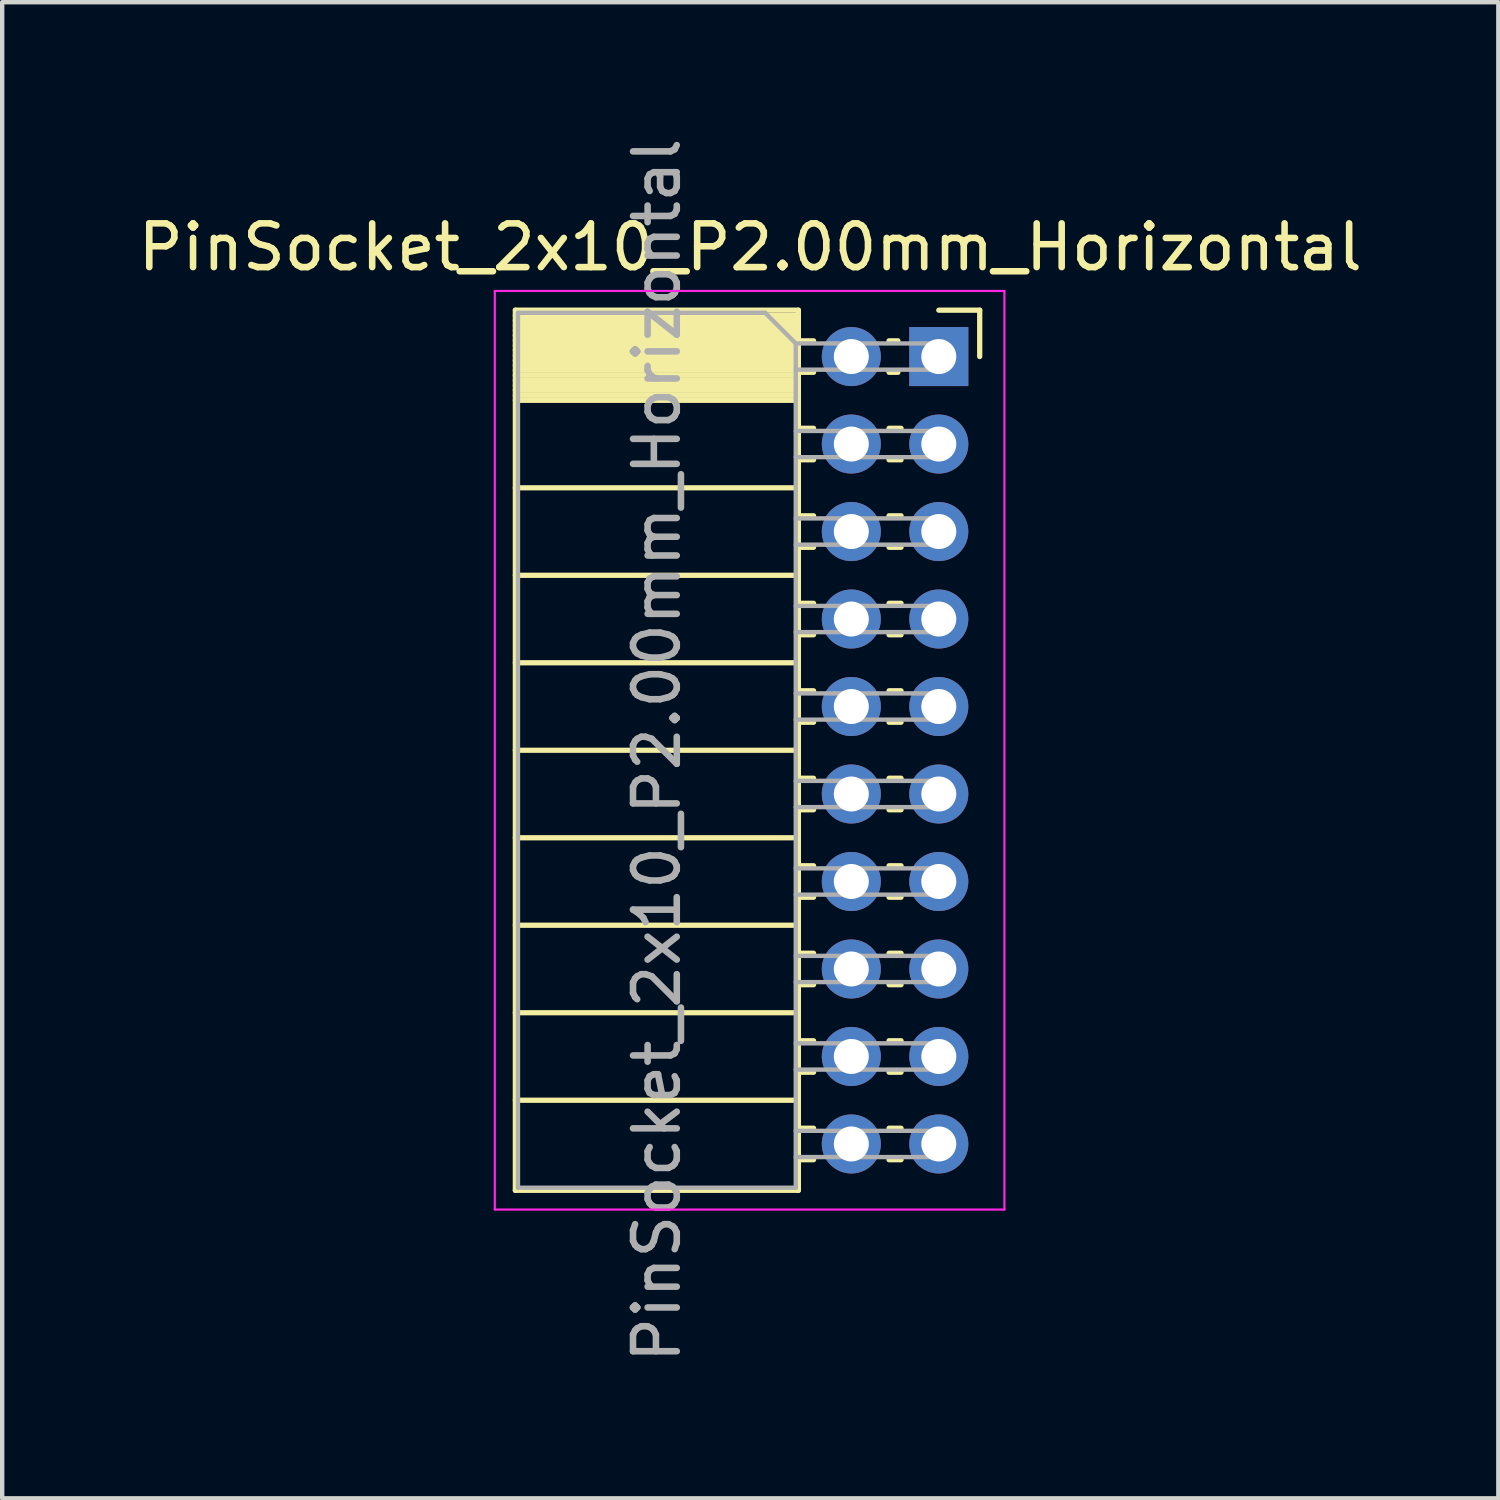
<source format=kicad_pcb>
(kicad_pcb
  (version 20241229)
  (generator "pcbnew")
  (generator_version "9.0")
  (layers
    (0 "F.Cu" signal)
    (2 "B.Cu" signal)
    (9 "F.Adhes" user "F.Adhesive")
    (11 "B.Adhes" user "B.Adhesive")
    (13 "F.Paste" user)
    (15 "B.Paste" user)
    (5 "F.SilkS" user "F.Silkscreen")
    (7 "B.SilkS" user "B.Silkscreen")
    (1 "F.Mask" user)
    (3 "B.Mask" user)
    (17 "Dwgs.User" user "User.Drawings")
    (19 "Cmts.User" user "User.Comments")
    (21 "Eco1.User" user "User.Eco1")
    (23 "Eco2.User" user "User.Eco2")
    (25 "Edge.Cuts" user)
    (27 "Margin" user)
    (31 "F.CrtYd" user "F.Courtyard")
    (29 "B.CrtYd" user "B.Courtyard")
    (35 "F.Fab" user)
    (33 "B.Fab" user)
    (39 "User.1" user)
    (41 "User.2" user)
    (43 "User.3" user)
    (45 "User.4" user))
  (footprint "PinSocket_2x10_P2.00mm_Horizontal"
    (layer "F.Cu")
    (at 18.411 5.101)
    (property "Reference" "PinSocket_2x10_P2.00mm_Horizontal" (at -4.31 -2.5 0) (layer "F.SilkS") (effects (font (size 1 1) (thickness 0.15))))
    (attr through_hole)
    (fp_line (start -9.68 -1.06) (end -9.68 19.06) (stroke (width 0.12) (type solid)) (layer "F.SilkS"))
    (fp_line (start -9.68 -1.06) (end -3.21 -1.06) (stroke (width 0.12) (type solid)) (layer "F.SilkS"))
    (fp_line (start -9.68 -0.94) (end -3.21 -0.94) (stroke (width 0.12) (type solid)) (layer "F.SilkS"))
    (fp_line (start -9.68 -0.826) (end -3.21 -0.826) (stroke (width 0.12) (type solid)) (layer "F.SilkS"))
    (fp_line (start -9.68 -0.712) (end -3.21 -0.712) (stroke (width 0.12) (type solid)) (layer "F.SilkS"))
    (fp_line (start -9.68 -0.598) (end -3.21 -0.598) (stroke (width 0.12) (type solid)) (layer "F.SilkS"))
    (fp_line (start -9.68 -0.484) (end -3.21 -0.484) (stroke (width 0.12) (type solid)) (layer "F.SilkS"))
    (fp_line (start -9.68 -0.369) (end -3.21 -0.369) (stroke (width 0.12) (type solid)) (layer "F.SilkS"))
    (fp_line (start -9.68 -0.255) (end -3.21 -0.255) (stroke (width 0.12) (type solid)) (layer "F.SilkS"))
    (fp_line (start -9.68 -0.141) (end -3.21 -0.141) (stroke (width 0.12) (type solid)) (layer "F.SilkS"))
    (fp_line (start -9.68 -0.027) (end -3.21 -0.027) (stroke (width 0.12) (type solid)) (layer "F.SilkS"))
    (fp_line (start -9.68 0.087) (end -3.21 0.087) (stroke (width 0.12) (type solid)) (layer "F.SilkS"))
    (fp_line (start -9.68 0.201) (end -3.21 0.201) (stroke (width 0.12) (type solid)) (layer "F.SilkS"))
    (fp_line (start -9.68 0.315) (end -3.21 0.315) (stroke (width 0.12) (type solid)) (layer "F.SilkS"))
    (fp_line (start -9.68 0.429) (end -3.21 0.429) (stroke (width 0.12) (type solid)) (layer "F.SilkS"))
    (fp_line (start -9.68 0.544) (end -3.21 0.544) (stroke (width 0.12) (type solid)) (layer "F.SilkS"))
    (fp_line (start -9.68 0.658) (end -3.21 0.658) (stroke (width 0.12) (type solid)) (layer "F.SilkS"))
    (fp_line (start -9.68 0.772) (end -3.21 0.772) (stroke (width 0.12) (type solid)) (layer "F.SilkS"))
    (fp_line (start -9.68 0.886) (end -3.21 0.886) (stroke (width 0.12) (type solid)) (layer "F.SilkS"))
    (fp_line (start -9.68 1) (end -3.21 1) (stroke (width 0.12) (type solid)) (layer "F.SilkS"))
    (fp_line (start -9.68 3) (end -3.21 3) (stroke (width 0.12) (type solid)) (layer "F.SilkS"))
    (fp_line (start -9.68 5) (end -3.21 5) (stroke (width 0.12) (type solid)) (layer "F.SilkS"))
    (fp_line (start -9.68 7) (end -3.21 7) (stroke (width 0.12) (type solid)) (layer "F.SilkS"))
    (fp_line (start -9.68 9) (end -3.21 9) (stroke (width 0.12) (type solid)) (layer "F.SilkS"))
    (fp_line (start -9.68 11) (end -3.21 11) (stroke (width 0.12) (type solid)) (layer "F.SilkS"))
    (fp_line (start -9.68 13) (end -3.21 13) (stroke (width 0.12) (type solid)) (layer "F.SilkS"))
    (fp_line (start -9.68 15) (end -3.21 15) (stroke (width 0.12) (type solid)) (layer "F.SilkS"))
    (fp_line (start -9.68 17) (end -3.21 17) (stroke (width 0.12) (type solid)) (layer "F.SilkS"))
    (fp_line (start -9.68 19.06) (end -3.21 19.06) (stroke (width 0.12) (type solid)) (layer "F.SilkS"))
    (fp_line (start -3.21 -1.06) (end -3.21 19.06) (stroke (width 0.12) (type solid)) (layer "F.SilkS"))
    (fp_line (start -3.21 -0.36) (end -2.863 -0.36) (stroke (width 0.12) (type solid)) (layer "F.SilkS"))
    (fp_line (start -3.21 0.36) (end -2.863 0.36) (stroke (width 0.12) (type solid)) (layer "F.SilkS"))
    (fp_line (start -3.21 1.64) (end -2.863 1.64) (stroke (width 0.12) (type solid)) (layer "F.SilkS"))
    (fp_line (start -3.21 2.36) (end -2.863 2.36) (stroke (width 0.12) (type solid)) (layer "F.SilkS"))
    (fp_line (start -3.21 3.64) (end -2.863 3.64) (stroke (width 0.12) (type solid)) (layer "F.SilkS"))
    (fp_line (start -3.21 4.36) (end -2.863 4.36) (stroke (width 0.12) (type solid)) (layer "F.SilkS"))
    (fp_line (start -3.21 5.64) (end -2.863 5.64) (stroke (width 0.12) (type solid)) (layer "F.SilkS"))
    (fp_line (start -3.21 6.36) (end -2.863 6.36) (stroke (width 0.12) (type solid)) (layer "F.SilkS"))
    (fp_line (start -3.21 7.64) (end -2.863 7.64) (stroke (width 0.12) (type solid)) (layer "F.SilkS"))
    (fp_line (start -3.21 8.36) (end -2.863 8.36) (stroke (width 0.12) (type solid)) (layer "F.SilkS"))
    (fp_line (start -3.21 9.64) (end -2.863 9.64) (stroke (width 0.12) (type solid)) (layer "F.SilkS"))
    (fp_line (start -3.21 10.36) (end -2.863 10.36) (stroke (width 0.12) (type solid)) (layer "F.SilkS"))
    (fp_line (start -3.21 11.64) (end -2.863 11.64) (stroke (width 0.12) (type solid)) (layer "F.SilkS"))
    (fp_line (start -3.21 12.36) (end -2.863 12.36) (stroke (width 0.12) (type solid)) (layer "F.SilkS"))
    (fp_line (start -3.21 13.64) (end -2.863 13.64) (stroke (width 0.12) (type solid)) (layer "F.SilkS"))
    (fp_line (start -3.21 14.36) (end -2.863 14.36) (stroke (width 0.12) (type solid)) (layer "F.SilkS"))
    (fp_line (start -3.21 15.64) (end -2.863 15.64) (stroke (width 0.12) (type solid)) (layer "F.SilkS"))
    (fp_line (start -3.21 16.36) (end -2.863 16.36) (stroke (width 0.12) (type solid)) (layer "F.SilkS"))
    (fp_line (start -3.21 17.64) (end -2.863 17.64) (stroke (width 0.12) (type solid)) (layer "F.SilkS"))
    (fp_line (start -3.21 18.36) (end -2.863 18.36) (stroke (width 0.12) (type solid)) (layer "F.SilkS"))
    (fp_line (start -1.137 -0.36) (end -0.935 -0.36) (stroke (width 0.12) (type solid)) (layer "F.SilkS"))
    (fp_line (start -1.137 0.36) (end -0.935 0.36) (stroke (width 0.12) (type solid)) (layer "F.SilkS"))
    (fp_line (start -1.137 1.64) (end -0.863 1.64) (stroke (width 0.12) (type solid)) (layer "F.SilkS"))
    (fp_line (start -1.137 2.36) (end -0.863 2.36) (stroke (width 0.12) (type solid)) (layer "F.SilkS"))
    (fp_line (start -1.137 3.64) (end -0.863 3.64) (stroke (width 0.12) (type solid)) (layer "F.SilkS"))
    (fp_line (start -1.137 4.36) (end -0.863 4.36) (stroke (width 0.12) (type solid)) (layer "F.SilkS"))
    (fp_line (start -1.137 5.64) (end -0.863 5.64) (stroke (width 0.12) (type solid)) (layer "F.SilkS"))
    (fp_line (start -1.137 6.36) (end -0.863 6.36) (stroke (width 0.12) (type solid)) (layer "F.SilkS"))
    (fp_line (start -1.137 7.64) (end -0.863 7.64) (stroke (width 0.12) (type solid)) (layer "F.SilkS"))
    (fp_line (start -1.137 8.36) (end -0.863 8.36) (stroke (width 0.12) (type solid)) (layer "F.SilkS"))
    (fp_line (start -1.137 9.64) (end -0.863 9.64) (stroke (width 0.12) (type solid)) (layer "F.SilkS"))
    (fp_line (start -1.137 10.36) (end -0.863 10.36) (stroke (width 0.12) (type solid)) (layer "F.SilkS"))
    (fp_line (start -1.137 11.64) (end -0.863 11.64) (stroke (width 0.12) (type solid)) (layer "F.SilkS"))
    (fp_line (start -1.137 12.36) (end -0.863 12.36) (stroke (width 0.12) (type solid)) (layer "F.SilkS"))
    (fp_line (start -1.137 13.64) (end -0.863 13.64) (stroke (width 0.12) (type solid)) (layer "F.SilkS"))
    (fp_line (start -1.137 14.36) (end -0.863 14.36) (stroke (width 0.12) (type solid)) (layer "F.SilkS"))
    (fp_line (start -1.137 15.64) (end -0.863 15.64) (stroke (width 0.12) (type solid)) (layer "F.SilkS"))
    (fp_line (start -1.137 16.36) (end -0.863 16.36) (stroke (width 0.12) (type solid)) (layer "F.SilkS"))
    (fp_line (start -1.137 17.64) (end -0.863 17.64) (stroke (width 0.12) (type solid)) (layer "F.SilkS"))
    (fp_line (start -1.137 18.36) (end -0.863 18.36) (stroke (width 0.12) (type solid)) (layer "F.SilkS"))
    (fp_line (start 0 -1.06) (end 0.935 -1.06) (stroke (width 0.12) (type solid)) (layer "F.SilkS"))
    (fp_line (start 0.935 -1.06) (end 0.935 0) (stroke (width 0.12) (type solid)) (layer "F.SilkS"))
    (fp_line (start -10.15 -1.5) (end -10.15 19.5) (stroke (width 0.05) (type solid)) (layer "F.CrtYd"))
    (fp_line (start -10.15 19.5) (end 1.5 19.5) (stroke (width 0.05) (type solid)) (layer "F.CrtYd"))
    (fp_line (start 1.5 -1.5) (end -10.15 -1.5) (stroke (width 0.05) (type solid)) (layer "F.CrtYd"))
    (fp_line (start 1.5 19.5) (end 1.5 -1.5) (stroke (width 0.05) (type solid)) (layer "F.CrtYd"))
    (fp_line (start -9.62 -1) (end -3.97 -1) (stroke (width 0.1) (type solid)) (layer "F.Fab"))
    (fp_line (start -9.62 19) (end -9.62 -1) (stroke (width 0.1) (type solid)) (layer "F.Fab"))
    (fp_line (start -3.97 -1) (end -3.27 -0.3) (stroke (width 0.1) (type solid)) (layer "F.Fab"))
    (fp_line (start -3.27 -0.3) (end -3.27 19) (stroke (width 0.1) (type solid)) (layer "F.Fab"))
    (fp_line (start -3.27 0.3) (end 0 0.3) (stroke (width 0.1) (type solid)) (layer "F.Fab"))
    (fp_line (start -3.27 2.3) (end 0 2.3) (stroke (width 0.1) (type solid)) (layer "F.Fab"))
    (fp_line (start -3.27 4.3) (end 0 4.3) (stroke (width 0.1) (type solid)) (layer "F.Fab"))
    (fp_line (start -3.27 6.3) (end 0 6.3) (stroke (width 0.1) (type solid)) (layer "F.Fab"))
    (fp_line (start -3.27 8.3) (end 0 8.3) (stroke (width 0.1) (type solid)) (layer "F.Fab"))
    (fp_line (start -3.27 10.3) (end 0 10.3) (stroke (width 0.1) (type solid)) (layer "F.Fab"))
    (fp_line (start -3.27 12.3) (end 0 12.3) (stroke (width 0.1) (type solid)) (layer "F.Fab"))
    (fp_line (start -3.27 14.3) (end 0 14.3) (stroke (width 0.1) (type solid)) (layer "F.Fab"))
    (fp_line (start -3.27 16.3) (end 0 16.3) (stroke (width 0.1) (type solid)) (layer "F.Fab"))
    (fp_line (start -3.27 18.3) (end 0 18.3) (stroke (width 0.1) (type solid)) (layer "F.Fab"))
    (fp_line (start -3.27 19) (end -9.62 19) (stroke (width 0.1) (type solid)) (layer "F.Fab"))
    (fp_line (start 0 -0.3) (end -3.27 -0.3) (stroke (width 0.1) (type solid)) (layer "F.Fab"))
    (fp_line (start 0 0.3) (end 0 -0.3) (stroke (width 0.1) (type solid)) (layer "F.Fab"))
    (fp_line (start 0 1.7) (end -3.27 1.7) (stroke (width 0.1) (type solid)) (layer "F.Fab"))
    (fp_line (start 0 2.3) (end 0 1.7) (stroke (width 0.1) (type solid)) (layer "F.Fab"))
    (fp_line (start 0 3.7) (end -3.27 3.7) (stroke (width 0.1) (type solid)) (layer "F.Fab"))
    (fp_line (start 0 4.3) (end 0 3.7) (stroke (width 0.1) (type solid)) (layer "F.Fab"))
    (fp_line (start 0 5.7) (end -3.27 5.7) (stroke (width 0.1) (type solid)) (layer "F.Fab"))
    (fp_line (start 0 6.3) (end 0 5.7) (stroke (width 0.1) (type solid)) (layer "F.Fab"))
    (fp_line (start 0 7.7) (end -3.27 7.7) (stroke (width 0.1) (type solid)) (layer "F.Fab"))
    (fp_line (start 0 8.3) (end 0 7.7) (stroke (width 0.1) (type solid)) (layer "F.Fab"))
    (fp_line (start 0 9.7) (end -3.27 9.7) (stroke (width 0.1) (type solid)) (layer "F.Fab"))
    (fp_line (start 0 10.3) (end 0 9.7) (stroke (width 0.1) (type solid)) (layer "F.Fab"))
    (fp_line (start 0 11.7) (end -3.27 11.7) (stroke (width 0.1) (type solid)) (layer "F.Fab"))
    (fp_line (start 0 12.3) (end 0 11.7) (stroke (width 0.1) (type solid)) (layer "F.Fab"))
    (fp_line (start 0 13.7) (end -3.27 13.7) (stroke (width 0.1) (type solid)) (layer "F.Fab"))
    (fp_line (start 0 14.3) (end 0 13.7) (stroke (width 0.1) (type solid)) (layer "F.Fab"))
    (fp_line (start 0 15.7) (end -3.27 15.7) (stroke (width 0.1) (type solid)) (layer "F.Fab"))
    (fp_line (start 0 16.3) (end 0 15.7) (stroke (width 0.1) (type solid)) (layer "F.Fab"))
    (fp_line (start 0 17.7) (end -3.27 17.7) (stroke (width 0.1) (type solid)) (layer "F.Fab"))
    (fp_line (start 0 18.3) (end 0 17.7) (stroke (width 0.1) (type solid)) (layer "F.Fab"))
    (fp_text user "${REFERENCE}" (at -6.445 9 90) (layer "F.Fab") (effects (font (size 1 1) (thickness 0.15))))
    (pad "1" thru_hole rect (at 0 0) (size 1.35 1.35) (drill 0.8) (layers "*.Cu" "*.Mask"))
    (pad "2" thru_hole circle (at -2 0) (size 1.35 1.35) (drill 0.8) (layers "*.Cu" "*.Mask"))
    (pad "3" thru_hole circle (at 0 2) (size 1.35 1.35) (drill 0.8) (layers "*.Cu" "*.Mask"))
    (pad "4" thru_hole circle (at -2 2) (size 1.35 1.35) (drill 0.8) (layers "*.Cu" "*.Mask"))
    (pad "5" thru_hole circle (at 0 4) (size 1.35 1.35) (drill 0.8) (layers "*.Cu" "*.Mask"))
    (pad "6" thru_hole circle (at -2 4) (size 1.35 1.35) (drill 0.8) (layers "*.Cu" "*.Mask"))
    (pad "7" thru_hole circle (at 0 6) (size 1.35 1.35) (drill 0.8) (layers "*.Cu" "*.Mask"))
    (pad "8" thru_hole circle (at -2 6) (size 1.35 1.35) (drill 0.8) (layers "*.Cu" "*.Mask"))
    (pad "9" thru_hole circle (at 0 8) (size 1.35 1.35) (drill 0.8) (layers "*.Cu" "*.Mask"))
    (pad "10" thru_hole circle (at -2 8) (size 1.35 1.35) (drill 0.8) (layers "*.Cu" "*.Mask"))
    (pad "11" thru_hole circle (at 0 10) (size 1.35 1.35) (drill 0.8) (layers "*.Cu" "*.Mask"))
    (pad "12" thru_hole circle (at -2 10) (size 1.35 1.35) (drill 0.8) (layers "*.Cu" "*.Mask"))
    (pad "13" thru_hole circle (at 0 12) (size 1.35 1.35) (drill 0.8) (layers "*.Cu" "*.Mask"))
    (pad "14" thru_hole circle (at -2 12) (size 1.35 1.35) (drill 0.8) (layers "*.Cu" "*.Mask"))
    (pad "15" thru_hole circle (at 0 14) (size 1.35 1.35) (drill 0.8) (layers "*.Cu" "*.Mask"))
    (pad "16" thru_hole circle (at -2 14) (size 1.35 1.35) (drill 0.8) (layers "*.Cu" "*.Mask"))
    (pad "17" thru_hole circle (at 0 16) (size 1.35 1.35) (drill 0.8) (layers "*.Cu" "*.Mask"))
    (pad "18" thru_hole circle (at -2 16) (size 1.35 1.35) (drill 0.8) (layers "*.Cu" "*.Mask"))
    (pad "19" thru_hole circle (at 0 18) (size 1.35 1.35) (drill 0.8) (layers "*.Cu" "*.Mask"))
    (pad "20" thru_hole circle (at -2 18) (size 1.35 1.35) (drill 0.8) (layers "*.Cu" "*.Mask")))
  (gr_rect
    (start -3 -3)
    (end 31.202 31.202)
    (stroke (width 0.1) (type default))
    (fill no)
    (layer "Edge.Cuts")))
</source>
